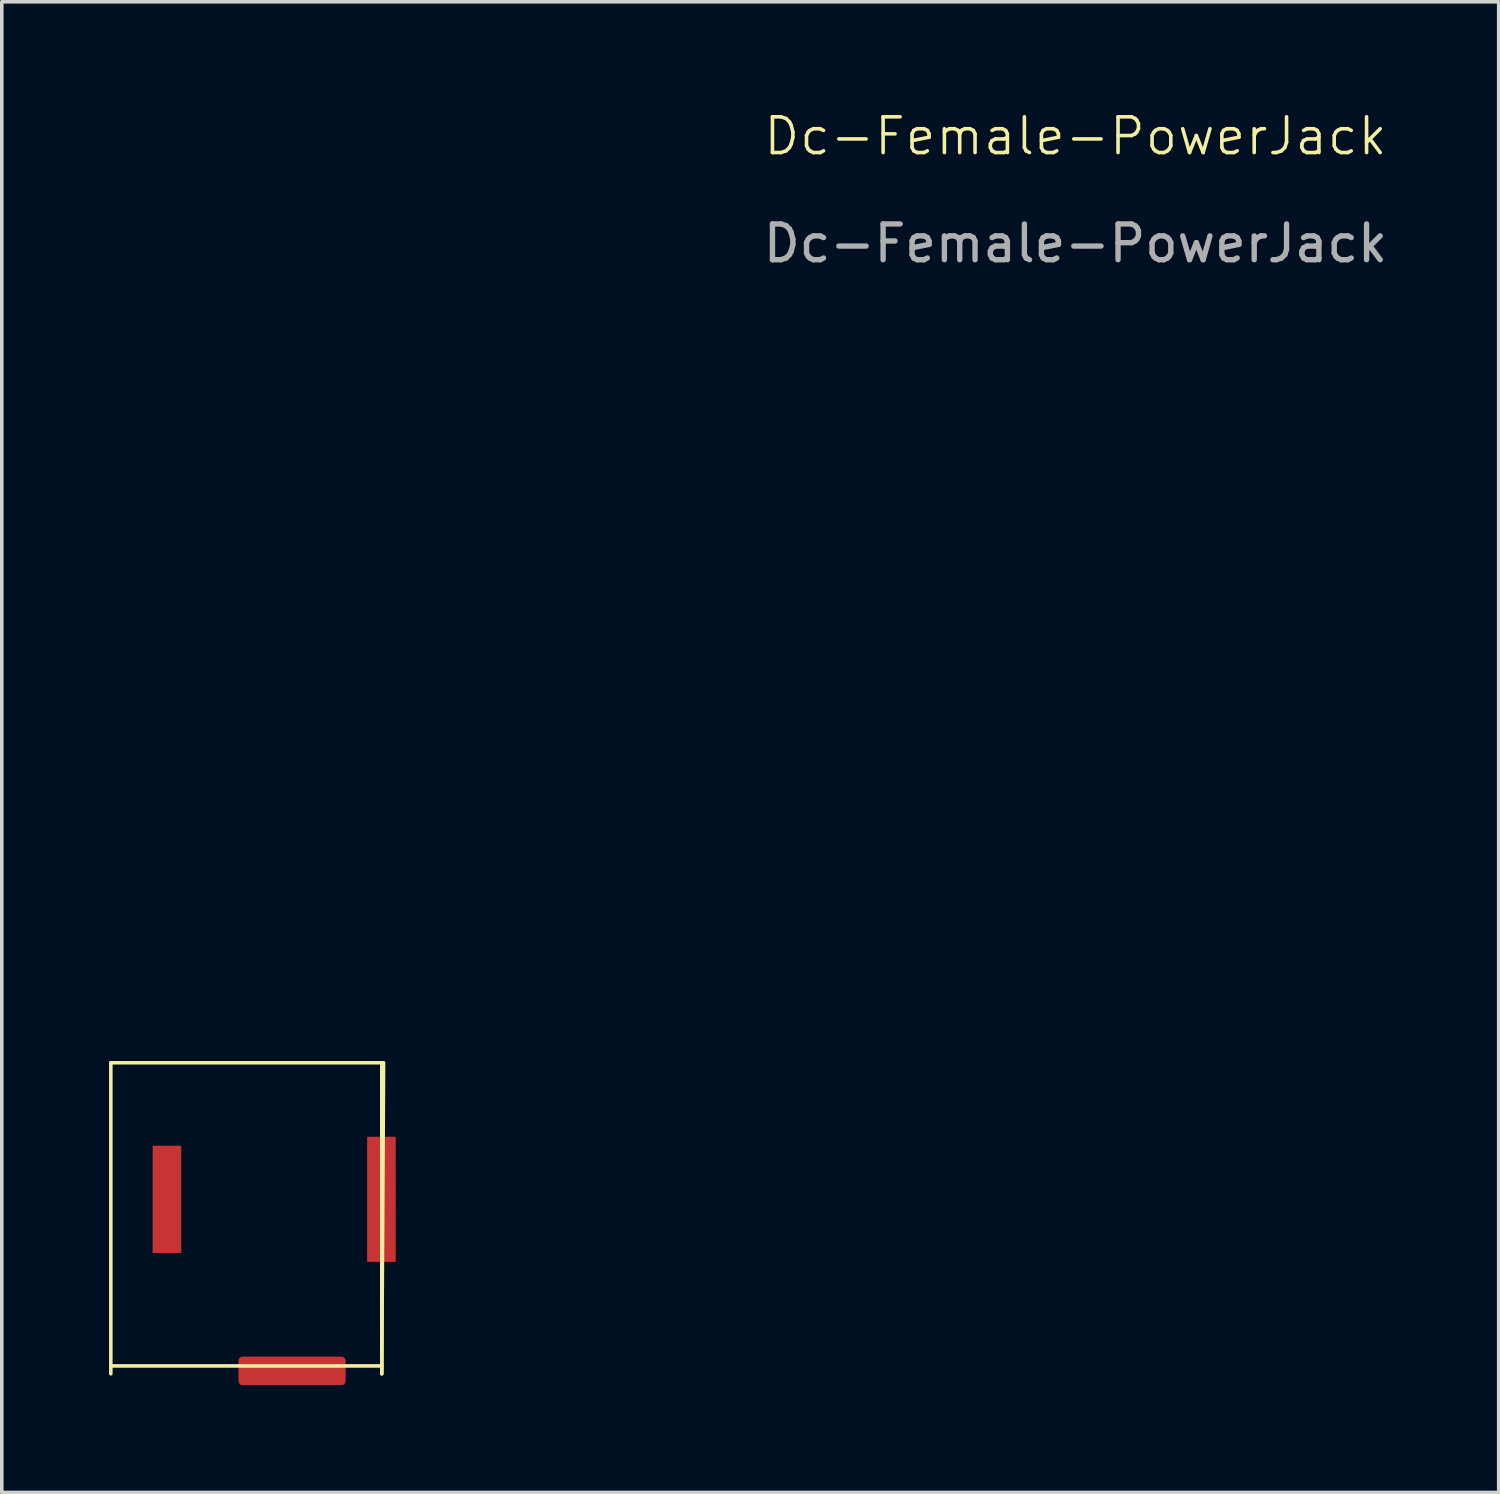
<source format=kicad_pcb>
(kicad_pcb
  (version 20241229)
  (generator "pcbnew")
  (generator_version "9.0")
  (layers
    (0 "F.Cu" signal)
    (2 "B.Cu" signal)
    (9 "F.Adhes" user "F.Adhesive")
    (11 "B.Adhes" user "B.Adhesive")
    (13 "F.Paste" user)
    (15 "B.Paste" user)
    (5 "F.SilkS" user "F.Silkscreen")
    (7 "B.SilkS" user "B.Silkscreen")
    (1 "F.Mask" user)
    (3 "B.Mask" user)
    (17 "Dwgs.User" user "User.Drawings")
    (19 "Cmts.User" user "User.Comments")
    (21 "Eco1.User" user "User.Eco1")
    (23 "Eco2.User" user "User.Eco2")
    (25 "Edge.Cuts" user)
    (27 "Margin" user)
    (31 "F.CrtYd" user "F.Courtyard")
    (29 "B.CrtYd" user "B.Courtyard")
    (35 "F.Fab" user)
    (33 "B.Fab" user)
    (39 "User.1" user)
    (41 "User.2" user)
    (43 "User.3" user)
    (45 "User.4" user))
  (footprint "Dc-Female-PowerJack"
    (layer "F.Cu")
    (at 7.61 30.36)
    (property "Reference" "Dc-Female-PowerJack" (at 19.425 -29.6 0) (unlocked yes) (layer "F.SilkS") (effects (font (size 1 1) (thickness 0.1))))
    (attr smd)
    (fp_line (start -7.56 -3.68) (end -7.56 5.02) (stroke (width 0.1) (type default)) (layer "F.SilkS"))
    (fp_line (start -7.56 -3.68) (end 0.02 -3.68) (stroke (width 0.1) (type default)) (layer "F.SilkS"))
    (fp_line (start 0.02 -3.68) (end 0.02 5.02) (stroke (width 0.1) (type default)) (layer "F.SilkS"))
    (fp_line (start 0.02 4.8) (end -7.56 4.8) (stroke (width 0.1) (type solid)) (layer "F.SilkS"))
    (fp_line (start 0.02 5.02) (end 0.07 -3.68) (stroke (width 0.1) (type solid)) (layer "F.SilkS"))
    (fp_text user "${REFERENCE}" (at 19.425 -26.6 0) (unlocked yes) (layer "F.Fab") (effects (font (size 1 1) (thickness 0.15))))
    (pad "2" smd roundrect (at -2.49 4.94 180) (size 3 0.8) (layers "F.Cu" "F.Mask" "F.Paste") (roundrect_rratio 0.15))
    (pad "3" smd rect (at -5.99 0.14 90) (size 3 0.8) (layers "F.Cu" "F.Mask" "F.Paste"))
    (pad "4" smd rect (at 0.01 0.14 90) (size 3.5 0.8) (layers "F.Cu" "F.Mask" "F.Paste")))
  (gr_rect
    (start -3 -3)
    (end 38.874 38.7)
    (stroke (width 0.1) (type default))
    (fill no)
    (layer "Edge.Cuts")))
</source>
